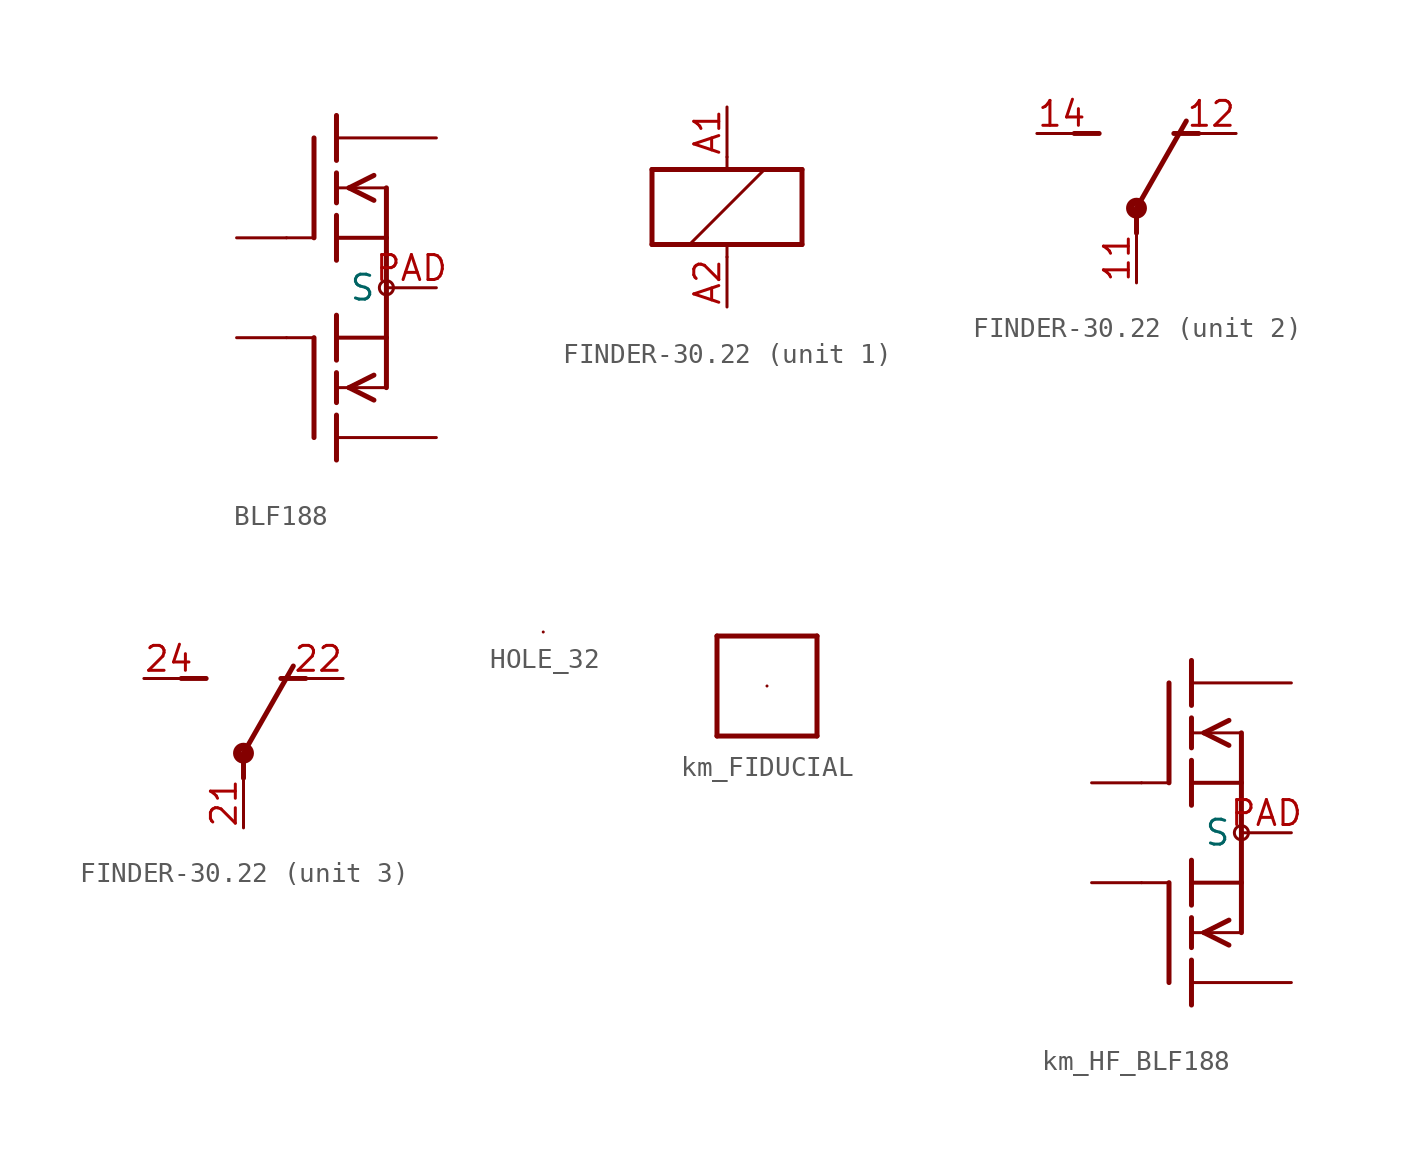
<source format=kicad_sym>
(kicad_symbol_lib
  (version 20231120)
  (generator "kicad_symbol_editor")
  (generator_version "8.0")
  (symbol "BLF188"
    (property "Reference" ""
      (at -11.43 7.62 0)
      (effects (font (size 1.778 1.511)) (justify left bottom) (hide yes)))
    (property "Value" ""
      (at -11.43 5.08 0)
      (effects (font (size 1.778 1.511)) (justify left bottom)))
    (property "ki_locked" ""
      (at 0 0 0)
      (effects (font (size 1.27 1.27))))
    (symbol "BLF188_1_0"
      (polyline (pts (xy -2.54 -2.54) (xy -1.219 -2.54)) (stroke (width 0.152) (type solid)) (fill (type none)))
      (polyline (pts (xy -2.54 2.54) (xy -1.219 2.54)) (stroke (width 0.152) (type solid)) (fill (type none)))
      (polyline (pts (xy -1.143 -7.62) (xy -1.143 -2.54)) (stroke (width 0.254) (type solid)) (fill (type none)))
      (polyline (pts (xy -1.143 7.62) (xy -1.143 2.54)) (stroke (width 0.254) (type solid)) (fill (type none)))
      (polyline (pts (xy 0 -8.763) (xy 0 -6.477)) (stroke (width 0.254) (type solid)) (fill (type none)))
      (polyline (pts (xy 0 -5.842) (xy 0 -5.08)) (stroke (width 0.254) (type solid)) (fill (type none)))
      (polyline (pts (xy 0 -5.08) (xy 0 -4.318)) (stroke (width 0.254) (type solid)) (fill (type none)))
      (polyline (pts (xy 0 -5.08) (xy 0.635 -5.08)) (stroke (width 0.152) (type solid)) (fill (type none)))
      (polyline (pts (xy 0 -3.683) (xy 0 -2.54)) (stroke (width 0.254) (type solid)) (fill (type none)))
      (polyline (pts (xy 0 -2.54) (xy 0 -1.397)) (stroke (width 0.254) (type solid)) (fill (type none)))
      (polyline (pts (xy 0 -2.54) (xy 2.54 -2.54)) (stroke (width 0.203) (type solid)) (fill (type none)))
      (polyline (pts (xy 0 2.54) (xy 0 1.397)) (stroke (width 0.254) (type solid)) (fill (type none)))
      (polyline (pts (xy 0 2.54) (xy 2.54 2.54)) (stroke (width 0.203) (type solid)) (fill (type none)))
      (polyline (pts (xy 0 3.683) (xy 0 2.54)) (stroke (width 0.254) (type solid)) (fill (type none)))
      (polyline (pts (xy 0 5.08) (xy 0 4.318)) (stroke (width 0.254) (type solid)) (fill (type none)))
      (polyline (pts (xy 0 5.08) (xy 0.635 5.08)) (stroke (width 0.152) (type solid)) (fill (type none)))
      (polyline (pts (xy 0 5.842) (xy 0 5.08)) (stroke (width 0.254) (type solid)) (fill (type none)))
      (polyline (pts (xy 0 8.763) (xy 0 6.477)) (stroke (width 0.254) (type solid)) (fill (type none)))
      (polyline (pts (xy 0.635 -5.08) (xy 2.54 -5.08)) (stroke (width 0.152) (type solid)) (fill (type none)))
      (polyline (pts (xy 0.635 5.08) (xy 2.54 5.08)) (stroke (width 0.152) (type solid)) (fill (type none)))
      (polyline (pts (xy 1.905 -5.715) (xy 0.635 -5.08)) (stroke (width 0.254) (type solid)) (fill (type none)))
      (polyline (pts (xy 1.905 -4.445) (xy 0.635 -5.08)) (stroke (width 0.254) (type solid)) (fill (type none)))
      (polyline (pts (xy 1.905 4.445) (xy 0.635 5.08)) (stroke (width 0.254) (type solid)) (fill (type none)))
      (polyline (pts (xy 1.905 5.715) (xy 0.635 5.08)) (stroke (width 0.254) (type solid)) (fill (type none)))
      (polyline (pts (xy 2.54 -2.54) (xy 2.54 -5.08)) (stroke (width 0.254) (type solid)) (fill (type none)))
      (polyline (pts (xy 2.54 2.54) (xy 2.54 -2.54)) (stroke (width 0.254) (type solid)) (fill (type none)))
      (polyline (pts (xy 2.54 2.54) (xy 2.54 5.08)) (stroke (width 0.254) (type solid)) (fill (type none)))
      (circle (center 2.54 0) (radius 0.359) (stroke (width 0) (type solid)) (fill (type none)))
      (pin passive line (at 5.08 7.62 180) (length 5.08) (name "D1" (effects (font (size 0 0)))) (number "1" (effects (font (size 0 0)))))
      (pin passive line (at 5.08 -7.62 180) (length 5.08) (name "D2" (effects (font (size 0 0)))) (number "2" (effects (font (size 0 0)))))
      (pin passive line (at -5.08 2.54 0) (length 2.54) (name "G1" (effects (font (size 0 0)))) (number "3" (effects (font (size 0 0)))))
      (pin passive line (at -5.08 -2.54 0) (length 2.54) (name "G2" (effects (font (size 0 0)))) (number "4" (effects (font (size 0 0)))))
      (pin power_in line (at 5.08 0 180) (length 2.54) (name "S" (effects (font (size 1.27 1.27)))) (number "PAD" (effects (font (size 1.27 1.27)))))))
  (symbol "FINDER-30.22"
    (property "Reference" "K"
      (at 2.54 0 0)
      (effects (font (size 1.778 1.511)) (justify left bottom) (hide yes)))
    (property "ki_locked" ""
      (at 0 0 0)
      (effects (font (size 1.27 1.27))))
    (symbol "FINDER-30.22_1_0"
      (polyline (pts (xy -3.81 -1.905) (xy -1.905 -1.905)) (stroke (width 0.254) (type solid)) (fill (type none)))
      (polyline (pts (xy -3.81 1.905) (xy -3.81 -1.905)) (stroke (width 0.254) (type solid)) (fill (type none)))
      (polyline (pts (xy -1.905 -1.905) (xy 0 -1.905)) (stroke (width 0.254) (type solid)) (fill (type none)))
      (polyline (pts (xy -1.905 -1.905) (xy 1.905 1.905)) (stroke (width 0.152) (type solid)) (fill (type none)))
      (polyline (pts (xy 0 -2.54) (xy 0 -1.905)) (stroke (width 0.152) (type solid)) (fill (type none)))
      (polyline (pts (xy 0 -1.905) (xy 3.81 -1.905)) (stroke (width 0.254) (type solid)) (fill (type none)))
      (polyline (pts (xy 0 1.905) (xy -3.81 1.905)) (stroke (width 0.254) (type solid)) (fill (type none)))
      (polyline (pts (xy 0 2.54) (xy 0 1.905)) (stroke (width 0.152) (type solid)) (fill (type none)))
      (polyline (pts (xy 1.905 1.905) (xy 0 1.905)) (stroke (width 0.254) (type solid)) (fill (type none)))
      (polyline (pts (xy 3.81 -1.905) (xy 3.81 1.905)) (stroke (width 0.254) (type solid)) (fill (type none)))
      (polyline (pts (xy 3.81 1.905) (xy 1.905 1.905)) (stroke (width 0.254) (type solid)) (fill (type none)))
      (pin passive line (at 0 5.08 270) (length 2.54) (name "1" (effects (font (size 0 0)))) (number "A1" (effects (font (size 1.27 1.27)))))
      (pin passive line (at 0 -5.08 90) (length 2.54) (name "2" (effects (font (size 0 0)))) (number "A2" (effects (font (size 1.27 1.27))))))
    (symbol "FINDER-30.22_2_0"
      (polyline (pts (xy -3.175 5.08) (xy -1.905 5.08)) (stroke (width 0.254) (type solid)) (fill (type none)))
      (polyline (pts (xy 0 1.27) (xy 0 0)) (stroke (width 0.254) (type solid)) (fill (type none)))
      (polyline (pts (xy 0 1.27) (xy 2.54 5.715)) (stroke (width 0.254) (type solid)) (fill (type none)))
      (polyline (pts (xy 3.175 5.08) (xy 1.905 5.08)) (stroke (width 0.254) (type solid)) (fill (type none)))
      (circle (center 0 1.27) (radius 0.127) (stroke (width 0.406) (type solid)) (fill (type none)))
      (pin passive line (at 0 -2.54 90) (length 2.54) (name "P" (effects (font (size 0 0)))) (number "11" (effects (font (size 1.27 1.27)))))
      (pin passive line (at 5.08 5.08 180) (length 2.54) (name "O" (effects (font (size 0 0)))) (number "12" (effects (font (size 1.27 1.27)))))
      (pin passive line (at -5.08 5.08 0) (length 2.54) (name "S" (effects (font (size 0 0)))) (number "14" (effects (font (size 1.27 1.27))))))
    (symbol "FINDER-30.22_3_0"
      (polyline (pts (xy -3.175 5.08) (xy -1.905 5.08)) (stroke (width 0.254) (type solid)) (fill (type none)))
      (polyline (pts (xy 0 1.27) (xy 0 0)) (stroke (width 0.254) (type solid)) (fill (type none)))
      (polyline (pts (xy 0 1.27) (xy 2.54 5.715)) (stroke (width 0.254) (type solid)) (fill (type none)))
      (polyline (pts (xy 3.175 5.08) (xy 1.905 5.08)) (stroke (width 0.254) (type solid)) (fill (type none)))
      (circle (center 0 1.27) (radius 0.127) (stroke (width 0.406) (type solid)) (fill (type none)))
      (pin passive line (at 0 -2.54 90) (length 2.54) (name "P" (effects (font (size 0 0)))) (number "21" (effects (font (size 1.27 1.27)))))
      (pin passive line (at 5.08 5.08 180) (length 2.54) (name "O" (effects (font (size 0 0)))) (number "22" (effects (font (size 1.27 1.27)))))
      (pin passive line (at -5.08 5.08 0) (length 2.54) (name "S" (effects (font (size 0 0)))) (number "24" (effects (font (size 1.27 1.27)))))))
  (symbol "HOLE_32"
    (property "Reference" "H"
      (at 0 0 0)
      (effects (font (size 1.27 1.27)) (hide yes)))
    (property "ki_locked" ""
      (at 0 0 0)
      (effects (font (size 1.27 1.27))))
    (symbol "HOLE_32_1_0"
      (pin bidirectional line (at 0 0 0) (length 0) (name "P$1" (effects (font (size 0 0)))) (number "P$1" (effects (font (size 0 0)))))))
  (symbol "km_FIDUCIAL"
    (property "Reference" "FID"
      (at 0 0 0)
      (effects (font (size 1.27 1.27)) (hide yes)))
    (property "ki_locked" ""
      (at 0 0 0)
      (effects (font (size 1.27 1.27))))
    (symbol "km_FIDUCIAL_1_0"
      (polyline (pts (xy -2.54 -2.54) (xy -2.54 2.54)) (stroke (width 0.254) (type solid)) (fill (type none)))
      (polyline (pts (xy -2.54 2.54) (xy 2.54 2.54)) (stroke (width 0.254) (type solid)) (fill (type none)))
      (polyline (pts (xy 2.54 -2.54) (xy -2.54 -2.54)) (stroke (width 0.254) (type solid)) (fill (type none)))
      (polyline (pts (xy 2.54 2.54) (xy 2.54 -2.54)) (stroke (width 0.254) (type solid)) (fill (type none)))
      (pin bidirectional line (at 0 0 0) (length 0) (name "P$1" (effects (font (size 0 0)))) (number "P$1" (effects (font (size 0 0)))))))
  (symbol "km_HF_BLF188"
    (property "Reference" ""
      (at -11.43 7.62 0)
      (effects (font (size 1.778 1.511)) (justify left bottom) (hide yes)))
    (property "Value" ""
      (at -11.43 5.08 0)
      (effects (font (size 1.778 1.511)) (justify left bottom)))
    (property "ki_locked" ""
      (at 0 0 0)
      (effects (font (size 1.27 1.27))))
    (symbol "km_HF_BLF188_1_0"
      (polyline (pts (xy -2.54 -2.54) (xy -1.219 -2.54)) (stroke (width 0.152) (type solid)) (fill (type none)))
      (polyline (pts (xy -2.54 2.54) (xy -1.219 2.54)) (stroke (width 0.152) (type solid)) (fill (type none)))
      (polyline (pts (xy -1.143 -7.62) (xy -1.143 -2.54)) (stroke (width 0.254) (type solid)) (fill (type none)))
      (polyline (pts (xy -1.143 7.62) (xy -1.143 2.54)) (stroke (width 0.254) (type solid)) (fill (type none)))
      (polyline (pts (xy 0 -8.763) (xy 0 -6.477)) (stroke (width 0.254) (type solid)) (fill (type none)))
      (polyline (pts (xy 0 -5.842) (xy 0 -5.08)) (stroke (width 0.254) (type solid)) (fill (type none)))
      (polyline (pts (xy 0 -5.08) (xy 0 -4.318)) (stroke (width 0.254) (type solid)) (fill (type none)))
      (polyline (pts (xy 0 -5.08) (xy 0.635 -5.08)) (stroke (width 0.152) (type solid)) (fill (type none)))
      (polyline (pts (xy 0 -3.683) (xy 0 -2.54)) (stroke (width 0.254) (type solid)) (fill (type none)))
      (polyline (pts (xy 0 -2.54) (xy 0 -1.397)) (stroke (width 0.254) (type solid)) (fill (type none)))
      (polyline (pts (xy 0 -2.54) (xy 2.54 -2.54)) (stroke (width 0.203) (type solid)) (fill (type none)))
      (polyline (pts (xy 0 2.54) (xy 0 1.397)) (stroke (width 0.254) (type solid)) (fill (type none)))
      (polyline (pts (xy 0 2.54) (xy 2.54 2.54)) (stroke (width 0.203) (type solid)) (fill (type none)))
      (polyline (pts (xy 0 3.683) (xy 0 2.54)) (stroke (width 0.254) (type solid)) (fill (type none)))
      (polyline (pts (xy 0 5.08) (xy 0 4.318)) (stroke (width 0.254) (type solid)) (fill (type none)))
      (polyline (pts (xy 0 5.08) (xy 0.635 5.08)) (stroke (width 0.152) (type solid)) (fill (type none)))
      (polyline (pts (xy 0 5.842) (xy 0 5.08)) (stroke (width 0.254) (type solid)) (fill (type none)))
      (polyline (pts (xy 0 8.763) (xy 0 6.477)) (stroke (width 0.254) (type solid)) (fill (type none)))
      (polyline (pts (xy 0.635 -5.08) (xy 2.54 -5.08)) (stroke (width 0.152) (type solid)) (fill (type none)))
      (polyline (pts (xy 0.635 5.08) (xy 2.54 5.08)) (stroke (width 0.152) (type solid)) (fill (type none)))
      (polyline (pts (xy 1.905 -5.715) (xy 0.635 -5.08)) (stroke (width 0.254) (type solid)) (fill (type none)))
      (polyline (pts (xy 1.905 -4.445) (xy 0.635 -5.08)) (stroke (width 0.254) (type solid)) (fill (type none)))
      (polyline (pts (xy 1.905 4.445) (xy 0.635 5.08)) (stroke (width 0.254) (type solid)) (fill (type none)))
      (polyline (pts (xy 1.905 5.715) (xy 0.635 5.08)) (stroke (width 0.254) (type solid)) (fill (type none)))
      (polyline (pts (xy 2.54 -2.54) (xy 2.54 -5.08)) (stroke (width 0.254) (type solid)) (fill (type none)))
      (polyline (pts (xy 2.54 2.54) (xy 2.54 -2.54)) (stroke (width 0.254) (type solid)) (fill (type none)))
      (polyline (pts (xy 2.54 2.54) (xy 2.54 5.08)) (stroke (width 0.254) (type solid)) (fill (type none)))
      (circle (center 2.54 0) (radius 0.359) (stroke (width 0) (type solid)) (fill (type none)))
      (pin passive line (at 5.08 7.62 180) (length 5.08) (name "D1" (effects (font (size 0 0)))) (number "1" (effects (font (size 0 0)))))
      (pin passive line (at 5.08 -7.62 180) (length 5.08) (name "D2" (effects (font (size 0 0)))) (number "2" (effects (font (size 0 0)))))
      (pin passive line (at -5.08 2.54 0) (length 2.54) (name "G1" (effects (font (size 0 0)))) (number "3" (effects (font (size 0 0)))))
      (pin passive line (at -5.08 -2.54 0) (length 2.54) (name "G2" (effects (font (size 0 0)))) (number "4" (effects (font (size 0 0)))))
      (pin power_in line (at 5.08 0 180) (length 2.54) (name "S" (effects (font (size 1.27 1.27)))) (number "PAD" (effects (font (size 1.27 1.27))))))))
</source>
